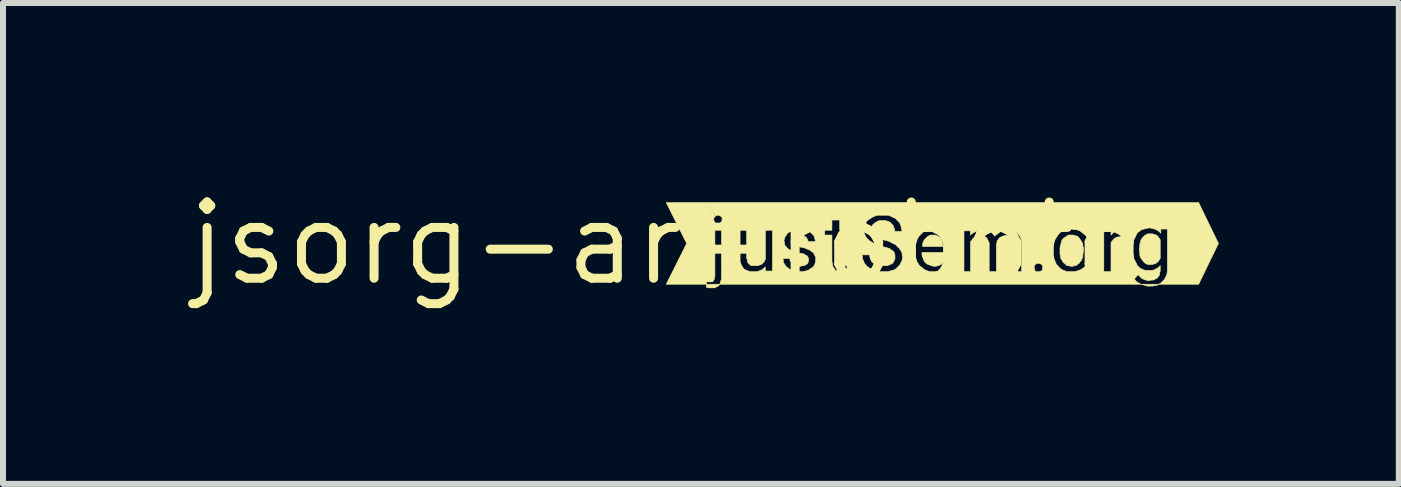
<source format=kicad_pcb>
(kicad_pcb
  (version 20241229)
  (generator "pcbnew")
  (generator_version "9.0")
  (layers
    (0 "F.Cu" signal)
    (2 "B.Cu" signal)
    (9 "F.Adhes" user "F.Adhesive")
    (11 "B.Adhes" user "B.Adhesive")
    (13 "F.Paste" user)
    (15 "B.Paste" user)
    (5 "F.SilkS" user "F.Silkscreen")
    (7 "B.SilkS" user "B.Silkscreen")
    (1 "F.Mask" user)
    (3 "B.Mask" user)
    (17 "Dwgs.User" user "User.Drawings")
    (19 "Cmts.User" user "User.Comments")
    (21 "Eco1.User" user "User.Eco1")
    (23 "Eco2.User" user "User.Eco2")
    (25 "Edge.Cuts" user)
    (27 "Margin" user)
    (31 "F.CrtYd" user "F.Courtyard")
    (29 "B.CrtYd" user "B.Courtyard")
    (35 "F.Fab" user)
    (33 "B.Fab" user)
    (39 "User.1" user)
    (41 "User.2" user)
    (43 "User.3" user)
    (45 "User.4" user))
  (footprint "jsorg-ar-roboto"
    (layer "F.Cu")
    (at 8.051 1.006)
    (property "Reference" "jsorg-ar-roboto" (at 0 0 0) (layer "F.SilkS") (effects (font (size 1.27 1.27) (thickness 0.15))))
    (attr board_only exclude_from_pos_files exclude_from_bom)
    (fp_poly (pts (xy 4.44 -0.14) (xy 4.41 -0.14) (xy 4.38 -0.13) (xy 4.35 -0.11) (xy 4.32 -0.08) (xy 4.3 -0.06) (xy 4.28 -0.02) (xy 4.27 0.01) (xy 4.27 0.05) (xy 4.61 0.05) (xy 4.6 0.01) (xy 4.6 -0.03) (xy 4.58 -0.06) (xy 4.57 -0.09) (xy 4.54 -0.11) (xy 4.51 -0.13) (xy 4.48 -0.14) (xy 4.44 -0.14)) (stroke (width 0.01) (type solid)) (fill yes) (layer "F.SilkS"))
    (fp_poly (pts (xy 7.88 0.1) (xy 7.89 0.14) (xy 7.89 0.17) (xy 7.89 0.2) (xy 7.9 0.23) (xy 7.91 0.25) (xy 7.93 0.27) (xy 7.94 0.29) (xy 7.96 0.31) (xy 7.98 0.33) (xy 8 0.34) (xy 8.02 0.35) (xy 8.04 0.35) (xy 8.07 0.35) (xy 8.1 0.35) (xy 8.13 0.34) (xy 8.15 0.34) (xy 8.17 0.32) (xy 8.2 0.3) (xy 8.21 0.28) (xy 8.23 0.25) (xy 8.23 -0.06) (xy 8.21 -0.09) (xy 8.19 -0.12) (xy 8.16 -0.14) (xy 8.13 -0.15) (xy 8.1 -0.16) (xy 8.06 -0.16) (xy 8.03 -0.16) (xy 8 -0.15) (xy 7.97 -0.13) (xy 7.95 -0.11) (xy 7.93 -0.09) (xy 7.91 -0.06) (xy 7.9 -0.02) (xy 7.89 0.01) (xy 7.89 0.06) (xy 7.88 0.1)) (stroke (width 0.01) (type solid)) (fill yes) (layer "F.SilkS"))
    (fp_poly (pts (xy 6.56 0.12) (xy 6.56 0.15) (xy 6.56 0.18) (xy 6.57 0.21) (xy 6.57 0.24) (xy 6.58 0.26) (xy 6.6 0.29) (xy 6.61 0.31) (xy 6.63 0.33) (xy 6.65 0.34) (xy 6.66 0.36) (xy 6.69 0.37) (xy 6.71 0.37) (xy 6.73 0.38) (xy 6.76 0.38) (xy 6.78 0.38) (xy 6.8 0.37) (xy 6.82 0.37) (xy 6.84 0.36) (xy 6.86 0.34) (xy 6.88 0.33) (xy 6.89 0.31) (xy 6.91 0.29) (xy 6.92 0.27) (xy 6.93 0.25) (xy 6.94 0.22) (xy 6.94 0.19) (xy 6.95 0.13) (xy 6.95 0.07) (xy 6.94 0.04) (xy 6.94 0.01) (xy 6.92 -0.03) (xy 6.9 -0.06) (xy 6.88 -0.09) (xy 6.85 -0.12) (xy 6.81 -0.13) (xy 6.78 -0.14) (xy 6.74 -0.14) (xy 6.7 -0.14) (xy 6.67 -0.12) (xy 6.64 -0.1) (xy 6.61 -0.08) (xy 6.59 -0.05) (xy 6.58 -0.01) (xy 6.57 0.03) (xy 6.56 0.07) (xy 6.56 0.12)) (stroke (width 0.01) (type solid)) (fill yes) (layer "F.SilkS"))
    (fp_poly (pts (xy 0.68 -0.68) (xy 0 -0.68) (xy 0.34 0) (xy 0 0.68) (xy 8.87 0.68) (xy 9.2 0) (xy 8.87 -0.68) (xy 0.68 -0.68) (xy 0.82 -0.46) (xy 0.83 -0.46) (xy 0.85 -0.47) (xy 0.88 -0.47) (xy 0.89 -0.46) (xy 0.9 -0.46) (xy 0.91 -0.45) (xy 0.92 -0.44) (xy 0.93 -0.43) (xy 0.93 -0.41) (xy 0.93 -0.4) (xy 0.93 -0.38) (xy 0.92 -0.37) (xy 0.92 -0.36) (xy 0.91 -0.35) (xy 0.9 -0.35) (xy 0.89 -0.34) (xy 0.87 -0.34) (xy 0.85 -0.34) (xy 0.84 -0.34) (xy 0.81 -0.22) (xy 0.92 -0.22) (xy 1.23 -0.22) (xy 1.34 -0.22) (xy 1.34 0.22) (xy 1.34 0.25) (xy 1.35 0.27) (xy 1.35 0.3) (xy 1.36 0.32) (xy 1.37 0.33) (xy 1.39 0.35) (xy 1.4 0.36) (xy 1.42 0.37) (xy 1.45 0.37) (xy 1.47 0.37) (xy 1.5 0.37) (xy 1.53 0.37) (xy 1.55 0.36) (xy 1.58 0.35) (xy 1.6 0.34) (xy 1.61 0.32) (xy 1.63 0.31) (xy 1.64 0.28) (xy 1.65 0.27) (xy 1.65 -0.22) (xy 1.77 -0.22) (xy 1.77 0.46) (xy 1.96 0.33) (xy 1.95 0.31) (xy 1.95 0.28) (xy 1.94 0.25) (xy 2.06 0.25) (xy 2.06 0.28) (xy 2.07 0.3) (xy 2.09 0.32) (xy 2.11 0.34) (xy 2.13 0.36) (xy 2.15 0.37) (xy 2.18 0.38) (xy 2.21 0.38) (xy 2.24 0.38) (xy 2.27 0.37) (xy 2.3 0.37) (xy 2.33 0.35) (xy 2.35 0.34) (xy 2.36 0.32) (xy 2.37 0.3) (xy 2.37 0.28) (xy 2.37 0.25) (xy 2.36 0.23) (xy 2.35 0.21) (xy 2.33 0.2) (xy 2.3 0.18) (xy 2.27 0.17) (xy 2.15 0.15) (xy 2.12 0.14) (xy 2.09 0.12) (xy 2.06 0.11) (xy 2.03 0.09) (xy 2.01 0.07) (xy 1.99 0.05) (xy 1.97 0.02) (xy 1.97 -0.01) (xy 1.96 -0.05) (xy 1.97 -0.08) (xy 1.98 -0.11) (xy 2 -0.14) (xy 2.02 -0.17) (xy 2.05 -0.19) (xy 2.07 -0.2) (xy 2.09 -0.21) (xy 2.12 -0.22) (xy 2.14 -0.23) (xy 2.17 -0.23) (xy 2.2 -0.24) (xy 2.26 -0.24) (xy 2.31 -0.23) (xy 2.34 -0.22) (xy 2.36 -0.21) (xy 2.38 -0.2) (xy 2.4 -0.19) (xy 2.42 -0.17) (xy 2.44 -0.15) (xy 2.46 -0.13) (xy 2.47 -0.1) (xy 2.64 -0.14) (xy 2.64 -0.22) (xy 2.76 -0.22) (xy 2.76 -0.39) (xy 2.89 -0.39) (xy 2.89 -0.22) (xy 3.01 -0.22) (xy 3.29 -0.22) (xy 3.29 -0.25) (xy 3.3 -0.27) (xy 3.3 -0.3) (xy 3.31 -0.32) (xy 3.33 -0.35) (xy 3.34 -0.37) (xy 3.36 -0.39) (xy 3.39 -0.41) (xy 3.41 -0.42) (xy 3.44 -0.44) (xy 3.46 -0.45) (xy 3.49 -0.46) (xy 3.52 -0.47) (xy 3.56 -0.47) (xy 3.59 -0.47) (xy 3.63 -0.47) (xy 3.66 -0.47) (xy 3.7 -0.47) (xy 3.75 -0.45) (xy 3.79 -0.43) (xy 3.83 -0.41) (xy 3.86 -0.37) (xy 3.88 -0.36) (xy 3.89 -0.34) (xy 3.91 -0.29) (xy 3.92 -0.24) (xy 3.93 -0.2) (xy 3.81 -0.2) (xy 3.8 -0.24) (xy 3.79 -0.27) (xy 3.78 -0.3) (xy 3.75 -0.33) (xy 3.73 -0.35) (xy 3.69 -0.37) (xy 3.65 -0.38) (xy 3.61 -0.38) (xy 3.56 -0.38) (xy 3.52 -0.37) (xy 3.49 -0.35) (xy 3.46 -0.33) (xy 3.44 -0.31) (xy 3.42 -0.28) (xy 3.41 -0.24) (xy 3.41 -0.22) (xy 3.41 -0.21) (xy 3.42 -0.18) (xy 3.43 -0.16) (xy 3.45 -0.14) (xy 3.48 -0.12) (xy 3.51 -0.1) (xy 3.54 -0.09) (xy 3.58 -0.07) (xy 3.7 -0.04) (xy 3.74 -0.02) (xy 3.78 0) (xy 3.82 0.02) (xy 3.85 0.05) (xy 3.88 0.08) (xy 3.9 0.11) (xy 3.91 0.12) (xy 3.92 0.14) (xy 3.93 0.17) (xy 3.93 0.19) (xy 3.93 0.21) (xy 4.15 0.19) (xy 4.15 0.15) (xy 4.15 0.1) (xy 4.15 0.07) (xy 4.15 0.03) (xy 4.16 0) (xy 4.17 -0.03) (xy 4.18 -0.07) (xy 4.2 -0.1) (xy 4.21 -0.12) (xy 4.24 -0.15) (xy 4.26 -0.17) (xy 4.28 -0.19) (xy 4.31 -0.2) (xy 4.34 -0.22) (xy 4.37 -0.23) (xy 4.4 -0.23) (xy 4.43 -0.24) (xy 4.47 -0.24) (xy 4.5 -0.23) (xy 4.53 -0.23) (xy 4.55 -0.22) (xy 4.58 -0.21) (xy 4.6 -0.19) (xy 4.63 -0.18) (xy 4.65 -0.16) (xy 4.66 -0.14) (xy 4.68 -0.11) (xy 4.69 -0.09) (xy 4.7 -0.06) (xy 4.71 -0.03) (xy 4.72 0.01) (xy 4.73 0.04) (xy 4.73 0.08) (xy 4.73 0.15) (xy 4.26 0.15) (xy 4.26 0.19) (xy 4.27 0.22) (xy 4.28 0.25) (xy 4.29 0.28) (xy 4.31 0.31) (xy 4.33 0.33) (xy 4.36 0.35) (xy 4.39 0.36) (xy 4.42 0.37) (xy 4.45 0.38) (xy 4.49 0.38) (xy 4.53 0.37) (xy 4.56 0.36) (xy 4.59 0.34) (xy 4.62 0.31) (xy 4.65 0.28) (xy 4.71 0.34) (xy 4.96 0.47) (xy 4.96 -0.21) (xy 5.07 -0.21) (xy 5.07 -0.14) (xy 5.09 -0.16) (xy 5.12 -0.18) (xy 5.14 -0.19) (xy 5.17 -0.2) (xy 5.2 -0.21) (xy 5.23 -0.22) (xy 5.26 -0.22) (xy 5.29 -0.22) (xy 5.33 -0.22) (xy 5.35 -0.21) (xy 5.38 -0.2) (xy 5.4 -0.19) (xy 5.42 -0.18) (xy 5.44 -0.16) (xy 5.46 -0.14) (xy 5.47 -0.12) (xy 5.49 -0.14) (xy 5.51 -0.15) (xy 5.53 -0.17) (xy 5.55 -0.18) (xy 5.57 -0.2) (xy 5.59 -0.21) (xy 5.61 -0.21) (xy 5.64 -0.22) (xy 5.67 -0.22) (xy 5.7 -0.22) (xy 5.73 -0.22) (xy 5.76 -0.22) (xy 5.78 -0.21) (xy 5.81 -0.2) (xy 5.83 -0.19) (xy 5.85 -0.18) (xy 5.87 -0.15) (xy 5.89 -0.12) (xy 5.91 -0.08) (xy 5.92 -0.03) (xy 5.92 0.01) (xy 5.92 0.47) (xy 6.13 0.42) (xy 6.13 0.41) (xy 6.13 0.39) (xy 6.13 0.37) (xy 6.14 0.36) (xy 6.15 0.35) (xy 6.16 0.34) (xy 6.17 0.34) (xy 6.18 0.33) (xy 6.2 0.33) (xy 6.22 0.33) (xy 6.23 0.34) (xy 6.24 0.34) (xy 6.25 0.35) (xy 6.26 0.36) (xy 6.47 0.27) (xy 6.46 0.25) (xy 6.45 0.21) (xy 6.44 0.18) (xy 6.44 0.15) (xy 6.44 0.11) (xy 6.44 0.07) (xy 6.45 0.03) (xy 6.46 -0.01) (xy 6.47 -0.04) (xy 6.48 -0.07) (xy 6.5 -0.1) (xy 6.52 -0.13) (xy 6.54 -0.16) (xy 6.56 -0.18) (xy 6.59 -0.2) (xy 6.62 -0.21) (xy 6.65 -0.22) (xy 6.69 -0.23) (xy 6.72 -0.24) (xy 6.76 -0.24) (xy 6.79 -0.23) (xy 6.83 -0.23) (xy 6.86 -0.22) (xy 6.89 -0.21) (xy 6.92 -0.19) (xy 6.94 -0.17) (xy 6.97 -0.15) (xy 6.99 -0.13) (xy 7.01 -0.1) (xy 7.02 -0.07) (xy 7.3 -0.21) (xy 7.41 -0.21) (xy 7.41 -0.14) (xy 7.43 -0.16) (xy 7.45 -0.18) (xy 7.47 -0.2) (xy 7.5 -0.21) (xy 7.53 -0.22) (xy 7.56 -0.22) (xy 7.59 -0.22) (xy 7.62 -0.22) (xy 7.63 -0.22) (xy 7.63 -0.11) (xy 7.79 -0.06) (xy 7.81 -0.1) (xy 7.83 -0.14) (xy 7.85 -0.18) (xy 7.88 -0.2) (xy 7.92 -0.23) (xy 7.96 -0.24) (xy 8 -0.25) (xy 8.05 -0.26) (xy 8.1 -0.25) (xy 8.14 -0.24) (xy 8.18 -0.22) (xy 8.21 -0.2) (xy 8.24 -0.17) (xy 8.24 -0.24) (xy 8.35 -0.24) (xy 8.35 0.43) (xy 8.35 0.46) (xy 8.34 0.52) (xy 8.33 0.54) (xy 8.32 0.56) (xy 8.31 0.58) (xy 8.3 0.6) (xy 8.28 0.62) (xy 8.26 0.64) (xy 8.24 0.66) (xy 8.22 0.67) (xy 8.19 0.69) (xy 8.16 0.7) (xy 8.14 0.7) (xy 8.11 0.71) (xy 8.07 0.71) (xy 8.04 0.71) (xy 8.01 0.71) (xy 7.98 0.7) (xy 7.95 0.69) (xy 7.91 0.68) (xy 7.89 0.67) (xy 7.86 0.65) (xy 7.84 0.64) (xy 7.82 0.62) (xy 7.8 0.59) (xy 7.86 0.52) (xy 7.89 0.55) (xy 7.92 0.58) (xy 7.96 0.6) (xy 7.99 0.61) (xy 8.04 0.62) (xy 8.08 0.61) (xy 8.12 0.61) (xy 8.15 0.59) (xy 8.18 0.58) (xy 8.19 0.56) (xy 8.21 0.54) (xy 8.22 0.51) (xy 8.22 0.49) (xy 8.23 0.46) (xy 8.23 0.37) (xy 8.2 0.4) (xy 8.17 0.42) (xy 8.13 0.44) (xy 8.09 0.45) (xy 8.04 0.45) (xy 7.99 0.45) (xy 7.95 0.44) (xy 7.91 0.42) (xy 7.88 0.4) (xy 7.85 0.37) (xy 7.83 0.33) (xy 7.81 0.29) (xy 7.79 0.25) (xy 7.78 0.2) (xy 7.77 0.14) (xy 7.77 0.09) (xy 7.77 0.03) (xy 7.78 -0.01) (xy 7.79 -0.06) (xy 7.63 -0.11) (xy 7.59 -0.11) (xy 7.56 -0.11) (xy 7.53 -0.11) (xy 7.5 -0.1) (xy 7.48 -0.09) (xy 7.45 -0.07) (xy 7.44 -0.05) (xy 7.42 -0.03) (xy 7.41 -0.01) (xy 7.41 0.47) (xy 7.29 0.47) (xy 7.29 -0.21) (xy 7.03 -0.07) (xy 7.04 -0.04) (xy 7.05 -0.01) (xy 7.06 0.02) (xy 7.06 0.06) (xy 7.06 0.1) (xy 7.06 0.14) (xy 7.06 0.18) (xy 7.06 0.22) (xy 7.05 0.25) (xy 7.04 0.28) (xy 7.02 0.31) (xy 7.01 0.34) (xy 6.99 0.36) (xy 6.97 0.39) (xy 6.95 0.41) (xy 6.93 0.42) (xy 6.9 0.44) (xy 6.87 0.45) (xy 6.84 0.46) (xy 6.81 0.47) (xy 6.78 0.47) (xy 6.74 0.47) (xy 6.71 0.47) (xy 6.68 0.47) (xy 6.65 0.46) (xy 6.62 0.45) (xy 6.6 0.44) (xy 6.57 0.42) (xy 6.55 0.4) (xy 6.53 0.38) (xy 6.51 0.36) (xy 6.49 0.33) (xy 6.48 0.3) (xy 6.47 0.28) (xy 6.26 0.36) (xy 6.27 0.37) (xy 6.27 0.39) (xy 6.27 0.41) (xy 6.27 0.42) (xy 6.27 0.43) (xy 6.26 0.45) (xy 6.25 0.46) (xy 6.24 0.46) (xy 6.23 0.47) (xy 6.22 0.47) (xy 6.2 0.47) (xy 6.19 0.47) (xy 6.17 0.47) (xy 6.16 0.47) (xy 6.15 0.46) (xy 6.14 0.45) (xy 6.14 0.43) (xy 6.13 0.42) (xy 5.92 0.47) (xy 5.8 0.47) (xy 5.8 0.02) (xy 5.8 -0.01) (xy 5.8 -0.04) (xy 5.79 -0.06) (xy 5.78 -0.08) (xy 5.77 -0.09) (xy 5.75 -0.11) (xy 5.73 -0.12) (xy 5.71 -0.12) (xy 5.69 -0.13) (xy 5.66 -0.13) (xy 5.63 -0.13) (xy 5.61 -0.12) (xy 5.58 -0.11) (xy 5.56 -0.1) (xy 5.54 -0.08) (xy 5.53 -0.06) (xy 5.51 -0.04) (xy 5.51 -0.01) (xy 5.5 0.02) (xy 5.5 0.47) (xy 5.38 0.47) (xy 5.38 0.02) (xy 5.38 -0.01) (xy 5.37 -0.03) (xy 5.36 -0.05) (xy 5.35 -0.07) (xy 5.34 -0.09) (xy 5.33 -0.1) (xy 5.31 -0.11) (xy 5.29 -0.12) (xy 5.26 -0.13) (xy 5.24 -0.13) (xy 5.21 -0.13) (xy 5.18 -0.12) (xy 5.16 -0.11) (xy 5.14 -0.1) (xy 5.12 -0.09) (xy 5.1 -0.07) (xy 5.09 -0.05) (xy 5.07 -0.03) (xy 5.07 0.47) (xy 4.96 0.47) (xy 4.71 0.34) (xy 4.69 0.37) (xy 4.67 0.4) (xy 4.64 0.42) (xy 4.61 0.44) (xy 4.58 0.46) (xy 4.54 0.47) (xy 4.5 0.47) (xy 4.46 0.47) (xy 4.42 0.47) (xy 4.39 0.47) (xy 4.36 0.46) (xy 4.33 0.45) (xy 4.31 0.44) (xy 4.28 0.42) (xy 4.26 0.4) (xy 4.23 0.38) (xy 4.21 0.36) (xy 4.2 0.34) (xy 4.18 0.31) (xy 4.17 0.28) (xy 4.16 0.25) (xy 4.15 0.22) (xy 4.15 0.19) (xy 3.94 0.21) (xy 3.94 0.24) (xy 3.93 0.26) (xy 3.93 0.28) (xy 3.91 0.32) (xy 3.89 0.36) (xy 3.86 0.39) (xy 3.83 0.42) (xy 3.8 0.44) (xy 3.77 0.45) (xy 3.73 0.46) (xy 3.7 0.47) (xy 3.65 0.47) (xy 3.61 0.47) (xy 3.57 0.47) (xy 3.53 0.47) (xy 3.5 0.46) (xy 3.46 0.45) (xy 3.43 0.43) (xy 3.4 0.42) (xy 3.37 0.4) (xy 3.34 0.38) (xy 3.32 0.35) (xy 3.3 0.33) (xy 3.29 0.3) (xy 3.27 0.26) (xy 3.27 0.23) (xy 3.26 0.19) (xy 3.39 0.19) (xy 3.39 0.22) (xy 3.4 0.25) (xy 3.41 0.28) (xy 3.42 0.3) (xy 3.44 0.32) (xy 3.47 0.34) (xy 3.5 0.35) (xy 3.53 0.36) (xy 3.56 0.37) (xy 3.6 0.37) (xy 3.64 0.37) (xy 3.67 0.37) (xy 3.71 0.36) (xy 3.73 0.35) (xy 3.76 0.34) (xy 3.78 0.32) (xy 3.79 0.3) (xy 3.8 0.28) (xy 3.81 0.26) (xy 3.81 0.24) (xy 3.81 0.21) (xy 3.81 0.19) (xy 3.8 0.16) (xy 3.79 0.14) (xy 3.78 0.13) (xy 3.77 0.12) (xy 3.75 0.11) (xy 3.73 0.09) (xy 3.67 0.07) (xy 3.59 0.05) (xy 3.51 0.02) (xy 3.44 -0.01) (xy 3.41 -0.03) (xy 3.39 -0.04) (xy 3.37 -0.06) (xy 3.35 -0.08) (xy 3.33 -0.1) (xy 3.32 -0.12) (xy 3.31 -0.14) (xy 3.3 -0.17) (xy 3.29 -0.19) (xy 3.29 -0.22) (xy 3.01 -0.22) (xy 3.01 -0.14) (xy 2.89 -0.14) (xy 2.89 0.29) (xy 2.89 0.33) (xy 2.89 0.34) (xy 2.9 0.35) (xy 2.91 0.36) (xy 2.93 0.37) (xy 2.94 0.37) (xy 2.96 0.37) (xy 3.01 0.37) (xy 3.01 0.46) (xy 2.98 0.47) (xy 2.94 0.47) (xy 2.91 0.47) (xy 2.88 0.47) (xy 2.86 0.46) (xy 2.83 0.45) (xy 2.81 0.44) (xy 2.8 0.42) (xy 2.78 0.39) (xy 2.77 0.37) (xy 2.77 0.34) (xy 2.76 0.3) (xy 2.76 -0.14) (xy 2.64 -0.14) (xy 2.47 -0.1) (xy 2.48 -0.06) (xy 2.49 -0.03) (xy 2.36 -0.03) (xy 2.36 -0.05) (xy 2.35 -0.07) (xy 2.34 -0.09) (xy 2.32 -0.11) (xy 2.3 -0.12) (xy 2.28 -0.13) (xy 2.25 -0.14) (xy 2.22 -0.14) (xy 2.19 -0.14) (xy 2.16 -0.14) (xy 2.14 -0.13) (xy 2.12 -0.11) (xy 2.1 -0.1) (xy 2.09 -0.08) (xy 2.09 -0.06) (xy 2.09 -0.03) (xy 2.09 -0.01) (xy 2.1 0) (xy 2.11 0.02) (xy 2.13 0.03) (xy 2.18 0.05) (xy 2.29 0.07) (xy 2.34 0.09) (xy 2.39 0.11) (xy 2.43 0.14) (xy 2.45 0.15) (xy 2.46 0.17) (xy 2.47 0.19) (xy 2.48 0.21) (xy 2.49 0.23) (xy 2.49 0.25) (xy 2.49 0.27) (xy 2.49 0.3) (xy 2.48 0.33) (xy 2.47 0.36) (xy 2.45 0.39) (xy 2.42 0.41) (xy 2.39 0.43) (xy 2.36 0.45) (xy 2.32 0.46) (xy 2.27 0.47) (xy 2.23 0.47) (xy 2.18 0.47) (xy 2.14 0.47) (xy 2.1 0.45) (xy 2.07 0.44) (xy 2.03 0.41) (xy 2 0.39) (xy 1.98 0.36) (xy 1.96 0.33) (xy 1.77 0.46) (xy 1.65 0.46) (xy 1.65 0.39) (xy 1.63 0.41) (xy 1.61 0.43) (xy 1.59 0.44) (xy 1.57 0.45) (xy 1.54 0.46) (xy 1.51 0.47) (xy 1.48 0.47) (xy 1.45 0.47) (xy 1.42 0.47) (xy 1.39 0.47) (xy 1.37 0.46) (xy 1.34 0.45) (xy 1.32 0.44) (xy 1.3 0.43) (xy 1.28 0.41) (xy 1.27 0.39) (xy 1.25 0.36) (xy 1.24 0.33) (xy 1.23 0.3) (xy 1.23 0.26) (xy 1.23 -0.22) (xy 0.92 -0.22) (xy 0.92 0.55) (xy 0.92 0.59) (xy 0.91 0.62) (xy 0.9 0.66) (xy 0.89 0.68) (xy 0.87 0.71) (xy 0.84 0.72) (xy 0.81 0.74) (xy 0.77 0.74) (xy 0.73 0.74) (xy 0.7 0.74) (xy 0.67 0.73) (xy 0.67 0.64) (xy 0.7 0.64) (xy 0.73 0.64) (xy 0.75 0.64) (xy 0.77 0.64) (xy 0.78 0.63) (xy 0.79 0.61) (xy 0.8 0.6) (xy 0.8 0.57) (xy 0.81 0.55) (xy 0.81 -0.22) (xy 0.84 -0.34) (xy 0.83 -0.34) (xy 0.81 -0.35) (xy 0.8 -0.36) (xy 0.8 -0.37) (xy 0.79 -0.39) (xy 0.79 -0.4) (xy 0.79 -0.41) (xy 0.8 -0.43) (xy 0.8 -0.44) (xy 0.81 -0.45) (xy 0.82 -0.45) (xy 0.68 -0.68)) (stroke (width 0.01) (type solid)) (fill yes) (layer "F.SilkS")))
  (gr_rect
    (start -3 -3)
    (end 20.256 5.012)
    (stroke (width 0.1) (type default))
    (fill no)
    (layer "Edge.Cuts")))
</source>
